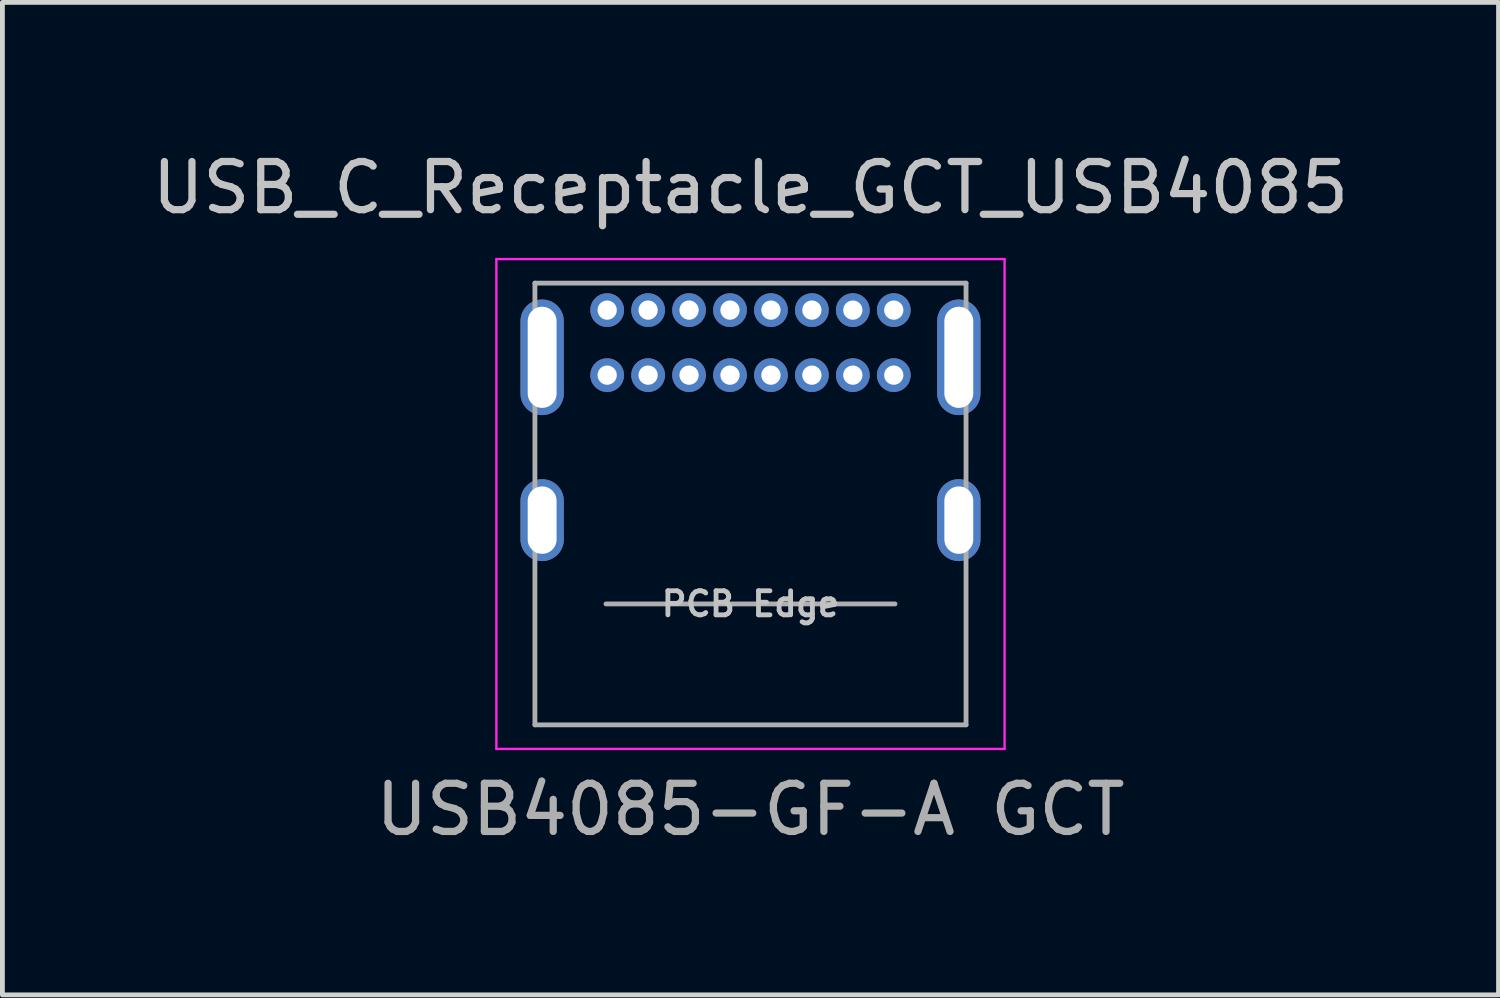
<source format=kicad_pcb>
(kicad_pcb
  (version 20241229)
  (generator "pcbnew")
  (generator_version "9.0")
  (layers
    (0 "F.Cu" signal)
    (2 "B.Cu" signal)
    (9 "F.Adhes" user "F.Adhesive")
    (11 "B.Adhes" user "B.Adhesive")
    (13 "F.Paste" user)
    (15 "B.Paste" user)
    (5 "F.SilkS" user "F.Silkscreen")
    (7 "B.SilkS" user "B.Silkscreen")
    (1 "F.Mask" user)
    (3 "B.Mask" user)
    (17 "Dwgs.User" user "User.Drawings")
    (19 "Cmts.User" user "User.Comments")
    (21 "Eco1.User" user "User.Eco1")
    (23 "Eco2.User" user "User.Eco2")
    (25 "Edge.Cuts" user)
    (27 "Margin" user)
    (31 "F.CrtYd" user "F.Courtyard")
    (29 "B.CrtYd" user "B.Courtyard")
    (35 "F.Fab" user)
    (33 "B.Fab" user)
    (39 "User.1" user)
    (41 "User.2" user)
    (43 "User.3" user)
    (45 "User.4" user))
  (footprint "USB_C_Receptacle_GCT_USB4085"
    (layer "F.Cu")
    (at 9.555 3.388)
    (property "Reference" "USB_C_Receptacle_GCT_USB4085" (at 2.975 -2.54 180) (layer "Dwgs.User") (effects (font (size 1 1) (thickness 0.15))))
    (attr through_hole)
    (fp_line (start -2.3 -1.06) (end -2.3 9.11) (stroke (width 0.05) (type solid)) (layer "F.CrtYd"))
    (fp_line (start -2.3 -1.06) (end 8.25 -1.06) (stroke (width 0.05) (type solid)) (layer "F.CrtYd"))
    (fp_line (start -2.3 9.11) (end 8.25 9.11) (stroke (width 0.05) (type solid)) (layer "F.CrtYd"))
    (fp_line (start 8.25 -1.06) (end 8.25 9.11) (stroke (width 0.05) (type solid)) (layer "F.CrtYd"))
    (fp_line (start -1.5 -0.56) (end -1.5 8.61) (stroke (width 0.1) (type solid)) (layer "F.Fab"))
    (fp_line (start -1.5 -0.56) (end 7.45 -0.56) (stroke (width 0.1) (type solid)) (layer "F.Fab"))
    (fp_line (start -1.5 8.61) (end 7.45 8.61) (stroke (width 0.1) (type solid)) (layer "F.Fab"))
    (fp_line (start -0.025 6.1) (end 5.975 6.1) (stroke (width 0.1) (type solid)) (layer "F.Fab"))
    (fp_line (start 7.45 -0.56) (end 7.45 8.61) (stroke (width 0.1) (type solid)) (layer "F.Fab"))
    (fp_text user "PCB Edge" (at 2.975 6.1 180) (layer "Dwgs.User") (effects (font (size 0.5 0.5) (thickness 0.1))))
    (fp_text user "USB4085-GF-A GCT" (at 2.975 10.368 0) (layer "F.Fab") (effects (font (size 1 1) (thickness 0.15))))
    (pad "A1" thru_hole circle (at 0 0) (size 0.7 0.7) (drill 0.4) (layers "*.Cu" "*.Mask"))
    (pad "A4" thru_hole circle (at 0.85 0) (size 0.7 0.7) (drill 0.4) (layers "*.Cu" "*.Mask"))
    (pad "A5" thru_hole circle (at 1.7 0) (size 0.7 0.7) (drill 0.4) (layers "*.Cu" "*.Mask"))
    (pad "A6" thru_hole circle (at 2.55 0) (size 0.7 0.7) (drill 0.4) (layers "*.Cu" "*.Mask"))
    (pad "A7" thru_hole circle (at 3.4 0) (size 0.7 0.7) (drill 0.4) (layers "*.Cu" "*.Mask"))
    (pad "A8" thru_hole circle (at 4.25 0) (size 0.7 0.7) (drill 0.4) (layers "*.Cu" "*.Mask"))
    (pad "A9" thru_hole circle (at 5.1 0) (size 0.7 0.7) (drill 0.4) (layers "*.Cu" "*.Mask"))
    (pad "A12" thru_hole circle (at 5.95 0) (size 0.7 0.7) (drill 0.4) (layers "*.Cu" "*.Mask"))
    (pad "B1" thru_hole circle (at 5.95 1.35) (size 0.7 0.7) (drill 0.4) (layers "*.Cu" "*.Mask"))
    (pad "B4" thru_hole circle (at 5.1 1.35) (size 0.7 0.7) (drill 0.4) (layers "*.Cu" "*.Mask"))
    (pad "B5" thru_hole circle (at 4.25 1.35) (size 0.7 0.7) (drill 0.4) (layers "*.Cu" "*.Mask"))
    (pad "B6" thru_hole circle (at 3.4 1.35) (size 0.7 0.7) (drill 0.4) (layers "*.Cu" "*.Mask"))
    (pad "B7" thru_hole circle (at 2.55 1.35) (size 0.7 0.7) (drill 0.4) (layers "*.Cu" "*.Mask"))
    (pad "B8" thru_hole circle (at 1.7 1.35) (size 0.7 0.7) (drill 0.4) (layers "*.Cu" "*.Mask"))
    (pad "B9" thru_hole circle (at 0.85 1.35) (size 0.7 0.7) (drill 0.4) (layers "*.Cu" "*.Mask"))
    (pad "B12" thru_hole circle (at 0 1.35) (size 0.7 0.7) (drill 0.4) (layers "*.Cu" "*.Mask"))
    (pad "S1" thru_hole oval (at -1.35 0.98) (size 0.9 2.4) (drill oval 0.6 2.1) (layers "*.Cu" "*.Mask"))
    (pad "S1" thru_hole oval (at -1.35 4.36) (size 0.9 1.7) (drill oval 0.6 1.4) (layers "*.Cu" "*.Mask"))
    (pad "S1" thru_hole oval (at 7.3 0.98) (size 0.9 2.4) (drill oval 0.6 2.1) (layers "*.Cu" "*.Mask"))
    (pad "S1" thru_hole oval (at 7.3 4.36) (size 0.9 1.7) (drill oval 0.6 1.4) (layers "*.Cu" "*.Mask")))
  (gr_rect
    (start -3 -3)
    (end 28.06 17.604)
    (stroke (width 0.1) (type default))
    (fill no)
    (layer "Edge.Cuts")))
</source>
